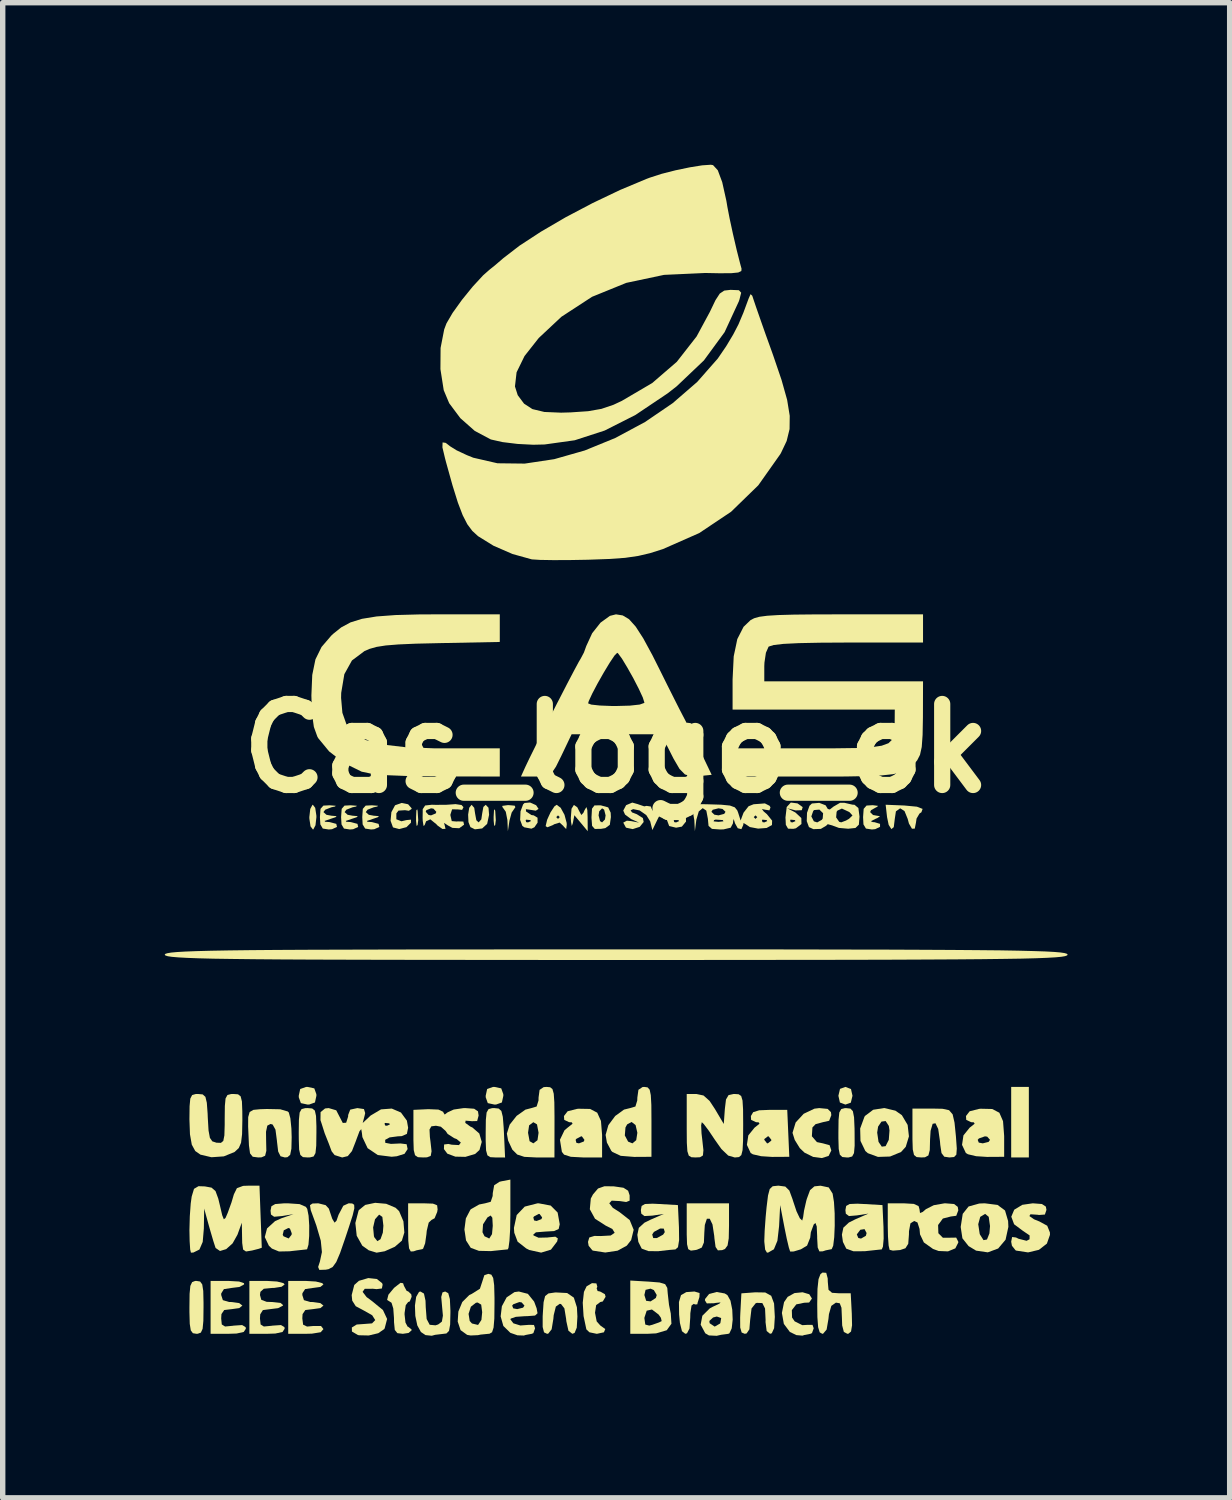
<source format=kicad_pcb>
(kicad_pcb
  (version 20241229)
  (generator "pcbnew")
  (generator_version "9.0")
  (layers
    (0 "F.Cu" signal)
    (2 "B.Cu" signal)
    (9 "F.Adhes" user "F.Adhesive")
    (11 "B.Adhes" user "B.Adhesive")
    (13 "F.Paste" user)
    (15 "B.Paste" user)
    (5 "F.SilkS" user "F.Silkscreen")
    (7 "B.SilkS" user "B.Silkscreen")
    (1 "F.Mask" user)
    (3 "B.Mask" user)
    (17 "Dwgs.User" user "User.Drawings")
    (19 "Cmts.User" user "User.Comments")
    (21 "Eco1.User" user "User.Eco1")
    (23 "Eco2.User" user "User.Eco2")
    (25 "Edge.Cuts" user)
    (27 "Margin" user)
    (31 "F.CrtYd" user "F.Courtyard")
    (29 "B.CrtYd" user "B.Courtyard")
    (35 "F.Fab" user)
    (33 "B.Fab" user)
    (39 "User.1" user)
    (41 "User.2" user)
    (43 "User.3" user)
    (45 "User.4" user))
  (footprint "Cas_logo_ok"
    (layer "F.Cu")
    (at 8.358 10.805)
    (property "Reference" "Cas_logo_ok" (at 0 0 0) (layer "F.SilkS") (effects (font (size 1.5 1.5) (thickness 0.3))))
    (attr board_only exclude_from_pos_files exclude_from_bom)
    (fp_poly (pts (xy -3.676 1.16) (xy -3.665 1.33) (xy -3.677 1.421) (xy -3.695 1.436) (xy -3.705 1.342) (xy -3.705 1.273) (xy -3.699 1.147) (xy -3.684 1.128)) (stroke (width 0) (type solid)) (fill yes) (layer "F.SilkS"))
    (fp_poly (pts (xy -2.239 1.16) (xy -2.229 1.33) (xy -2.24 1.421) (xy -2.258 1.436) (xy -2.268 1.342) (xy -2.269 1.273) (xy -2.262 1.147) (xy -2.248 1.128)) (stroke (width 0) (type solid)) (fill yes) (layer "F.SilkS"))
    (fp_poly (pts (xy 4.347 6.307) (xy 4.375 6.432) (xy 4.344 6.56) (xy 4.244 6.595) (xy 4.142 6.557) (xy 4.114 6.432) (xy 4.144 6.304) (xy 4.244 6.268)) (stroke (width 0) (type solid)) (fill yes) (layer "F.SilkS"))
    (fp_poly (pts (xy 7.64 6.921) (xy 7.64 7.574) (xy 7.476 7.574) (xy 7.313 7.574) (xy 7.313 6.921) (xy 7.313 6.268) (xy 7.476 6.268) (xy 7.64 6.268)) (stroke (width 0) (type solid)) (fill yes) (layer "F.SilkS"))
    (fp_poly (pts (xy -5.589 6.295) (xy -5.551 6.402) (xy -5.55 6.432) (xy -5.577 6.556) (xy -5.683 6.594) (xy -5.713 6.595) (xy -5.838 6.568) (xy -5.876 6.462) (xy -5.877 6.432) (xy -5.85 6.307) (xy -5.743 6.269) (xy -5.713 6.268)) (stroke (width 0) (type solid)) (fill yes) (layer "F.SilkS"))
    (fp_poly (pts (xy -5.572 1.102) (xy -5.551 1.243) (xy -5.55 1.273) (xy -5.567 1.424) (xy -5.607 1.5) (xy -5.615 1.502) (xy -5.659 1.444) (xy -5.68 1.303) (xy -5.681 1.273) (xy -5.664 1.122) (xy -5.624 1.047) (xy -5.615 1.045)) (stroke (width 0) (type solid)) (fill yes) (layer "F.SilkS"))
    (fp_poly (pts (xy -2.128 6.295) (xy -2.09 6.402) (xy -2.089 6.432) (xy -2.116 6.556) (xy -2.223 6.594) (xy -2.253 6.595) (xy -2.377 6.568) (xy -2.415 6.462) (xy -2.416 6.432) (xy -2.389 6.307) (xy -2.283 6.269) (xy -2.253 6.268)) (stroke (width 0) (type solid)) (fill yes) (layer "F.SilkS"))
    (fp_poly (pts (xy -1.879 1.061) (xy -1.866 1.091) (xy -1.871 1.095) (xy -1.935 1.189) (xy -1.976 1.339) (xy -2.005 1.534) (xy -2.014 1.328) (xy -2.044 1.174) (xy -2.104 1.089) (xy -2.106 1.088) (xy -2.109 1.065) (xy -2.007 1.051) (xy -1.992 1.051)) (stroke (width 0) (type solid)) (fill yes) (layer "F.SilkS"))
    (fp_poly (pts (xy -2.175 6.669) (xy -2.126 6.713) (xy -2.099 6.821) (xy -2.083 7.021) (xy -2.078 7.117) (xy -2.057 7.575) (xy -2.236 7.574) (xy -2.33 7.569) (xy -2.384 7.535) (xy -2.409 7.443) (xy -2.416 7.266) (xy -2.416 7.117) (xy -2.413 6.878) (xy -2.399 6.742) (xy -2.363 6.679) (xy -2.297 6.661) (xy -2.258 6.66)) (stroke (width 0) (type solid)) (fill yes) (layer "F.SilkS"))
    (fp_poly (pts (xy -0.72 1.091) (xy -0.686 1.159) (xy -0.645 1.234) (xy -0.607 1.193) (xy -0.585 1.143) (xy -0.551 1.087) (xy -0.534 1.143) (xy -0.529 1.273) (xy -0.527 1.534) (xy -0.65 1.386) (xy -0.774 1.238) (xy -0.803 1.386) (xy -0.822 1.437) (xy -0.836 1.361) (xy -0.84 1.29) (xy -0.827 1.118) (xy -0.783 1.048)) (stroke (width 0) (type solid)) (fill yes) (layer "F.SilkS"))
    (fp_poly (pts (xy 1.544 10.084) (xy 1.541 10.159) (xy 1.507 10.265) (xy 1.502 10.293) (xy 1.46 10.296) (xy 1.437 10.284) (xy 1.395 10.315) (xy 1.373 10.457) (xy 1.371 10.541) (xy 1.357 10.741) (xy 1.311 10.83) (xy 1.279 10.839) (xy 1.218 10.791) (xy 1.18 10.638) (xy 1.165 10.481) (xy 1.162 10.251) (xy 1.2 10.123) (xy 1.298 10.067) (xy 1.449 10.056)) (stroke (width 0) (type solid)) (fill yes) (layer "F.SilkS"))
    (fp_poly (pts (xy -7.703 9.871) (xy -7.664 9.924) (xy -7.645 10.045) (xy -7.64 10.261) (xy -7.64 10.349) (xy -7.643 10.6) (xy -7.657 10.747) (xy -7.689 10.817) (xy -7.747 10.838) (xy -7.77 10.839) (xy -7.837 10.828) (xy -7.876 10.775) (xy -7.895 10.654) (xy -7.901 10.438) (xy -7.901 10.349) (xy -7.898 10.099) (xy -7.884 9.952) (xy -7.851 9.882) (xy -7.794 9.86) (xy -7.77 9.86)) (stroke (width 0) (type solid)) (fill yes) (layer "F.SilkS"))
    (fp_poly (pts (xy -5.628 6.667) (xy -5.579 6.706) (xy -5.557 6.806) (xy -5.55 6.995) (xy -5.55 7.117) (xy -5.553 7.356) (xy -5.567 7.493) (xy -5.602 7.556) (xy -5.67 7.573) (xy -5.713 7.574) (xy -5.799 7.568) (xy -5.847 7.528) (xy -5.87 7.428) (xy -5.876 7.239) (xy -5.877 7.117) (xy -5.874 6.878) (xy -5.86 6.742) (xy -5.825 6.679) (xy -5.757 6.661) (xy -5.713 6.66)) (stroke (width 0) (type solid)) (fill yes) (layer "F.SilkS"))
    (fp_poly (pts (xy -3.392 8.429) (xy -3.315 8.46) (xy -3.306 8.536) (xy -3.314 8.584) (xy -3.362 8.7) (xy -3.419 8.731) (xy -3.471 8.781) (xy -3.507 8.931) (xy -3.513 8.994) (xy -3.537 9.164) (xy -3.574 9.262) (xy -3.59 9.272) (xy -3.695 9.293) (xy -3.749 9.312) (xy -3.803 9.315) (xy -3.835 9.257) (xy -3.849 9.114) (xy -3.852 8.887) (xy -3.852 8.423) (xy -3.568 8.423)) (stroke (width 0) (type solid)) (fill yes) (layer "F.SilkS"))
    (fp_poly (pts (xy -2.364 1.099) (xy -2.353 1.23) (xy -2.387 1.39) (xy -2.39 1.399) (xy -2.481 1.483) (xy -2.616 1.499) (xy -2.699 1.458) (xy -2.735 1.365) (xy -2.741 1.226) (xy -2.721 1.1) (xy -2.677 1.045) (xy -2.677 1.045) (xy -2.628 1.101) (xy -2.612 1.208) (xy -2.589 1.331) (xy -2.547 1.371) (xy -2.497 1.315) (xy -2.481 1.208) (xy -2.459 1.085) (xy -2.416 1.045)) (stroke (width 0) (type solid)) (fill yes) (layer "F.SilkS"))
    (fp_poly (pts (xy 4.338 6.67) (xy 4.382 6.718) (xy 4.404 6.831) (xy 4.413 7.038) (xy 4.414 7.118) (xy 4.415 7.356) (xy 4.403 7.493) (xy 4.369 7.556) (xy 4.303 7.574) (xy 4.267 7.574) (xy 4.187 7.566) (xy 4.141 7.523) (xy 4.12 7.417) (xy 4.114 7.22) (xy 4.114 7.117) (xy 4.117 6.878) (xy 4.131 6.741) (xy 4.167 6.678) (xy 4.233 6.661) (xy 4.261 6.661)) (stroke (width 0) (type solid)) (fill yes) (layer "F.SilkS"))
    (fp_poly (pts (xy 5.335 1.058) (xy 5.568 1.08) (xy 5.673 1.121) (xy 5.651 1.183) (xy 5.615 1.208) (xy 5.561 1.3) (xy 5.55 1.375) (xy 5.528 1.486) (xy 5.476 1.488) (xy 5.42 1.392) (xy 5.397 1.306) (xy 5.338 1.161) (xy 5.258 1.11) (xy 5.179 1.166) (xy 5.158 1.306) (xy 5.139 1.459) (xy 5.095 1.495) (xy 5.045 1.417) (xy 5.015 1.273) (xy 4.989 1.044)) (stroke (width 0) (type solid)) (fill yes) (layer "F.SilkS"))
    (fp_poly (pts (xy -3.852 1.035) (xy -3.788 1.109) (xy -3.787 1.121) (xy -3.838 1.156) (xy -3.91 1.145) (xy -4.031 1.153) (xy -4.07 1.204) (xy -4.07 1.313) (xy -3.976 1.35) (xy -3.882 1.328) (xy -3.799 1.32) (xy -3.8 1.377) (xy -3.883 1.459) (xy -4.018 1.494) (xy -4.13 1.464) (xy -4.133 1.461) (xy -4.177 1.341) (xy -4.162 1.181) (xy -4.095 1.056) (xy -4.089 1.052) (xy -3.973 1.011)) (stroke (width 0) (type solid)) (fill yes) (layer "F.SilkS"))
    (fp_poly (pts (xy -5.193 1.063) (xy -5.205 1.077) (xy -5.273 1.091) (xy -5.387 1.136) (xy -5.42 1.18) (xy -5.364 1.23) (xy -5.273 1.247) (xy -5.176 1.255) (xy -5.196 1.275) (xy -5.289 1.306) (xy -5.399 1.344) (xy -5.388 1.359) (xy -5.305 1.365) (xy -5.182 1.398) (xy -5.169 1.455) (xy -5.261 1.497) (xy -5.322 1.502) (xy -5.432 1.485) (xy -5.477 1.408) (xy -5.485 1.273) (xy -5.474 1.12) (xy -5.421 1.06) (xy -5.305 1.054)) (stroke (width 0) (type solid)) (fill yes) (layer "F.SilkS"))
    (fp_poly (pts (xy -4.801 1.063) (xy -4.814 1.077) (xy -4.881 1.091) (xy -4.996 1.136) (xy -5.028 1.18) (xy -4.972 1.23) (xy -4.881 1.247) (xy -4.784 1.255) (xy -4.804 1.275) (xy -4.897 1.306) (xy -5.007 1.344) (xy -4.996 1.359) (xy -4.913 1.365) (xy -4.79 1.398) (xy -4.777 1.455) (xy -4.869 1.497) (xy -4.93 1.502) (xy -5.04 1.485) (xy -5.085 1.408) (xy -5.093 1.273) (xy -5.082 1.12) (xy -5.03 1.06) (xy -4.913 1.054)) (stroke (width 0) (type solid)) (fill yes) (layer "F.SilkS"))
    (fp_poly (pts (xy -4.41 1.063) (xy -4.422 1.077) (xy -4.489 1.091) (xy -4.604 1.136) (xy -4.636 1.18) (xy -4.58 1.23) (xy -4.489 1.247) (xy -4.392 1.255) (xy -4.413 1.275) (xy -4.505 1.306) (xy -4.615 1.344) (xy -4.605 1.359) (xy -4.522 1.365) (xy -4.399 1.398) (xy -4.385 1.455) (xy -4.478 1.497) (xy -4.538 1.502) (xy -4.648 1.485) (xy -4.694 1.408) (xy -4.701 1.273) (xy -4.691 1.12) (xy -4.638 1.06) (xy -4.522 1.054)) (stroke (width 0) (type solid)) (fill yes) (layer "F.SilkS"))
    (fp_poly (pts (xy -1.028 1.1) (xy -0.957 1.23) (xy -0.917 1.38) (xy -0.915 1.416) (xy -0.926 1.494) (xy -0.97 1.449) (xy -0.978 1.437) (xy -1.047 1.374) (xy -1.147 1.405) (xy -1.173 1.421) (xy -1.273 1.461) (xy -1.306 1.44) (xy -1.279 1.324) (xy -1.256 1.273) (xy -1.11 1.273) (xy -1.077 1.306) (xy -1.045 1.273) (xy -1.077 1.241) (xy -1.11 1.273) (xy -1.256 1.273) (xy -1.215 1.184) (xy -1.143 1.074) (xy -1.102 1.045)) (stroke (width 0) (type solid)) (fill yes) (layer "F.SilkS"))
    (fp_poly (pts (xy 4.849 1.065) (xy 4.825 1.087) (xy 4.816 1.09) (xy 4.719 1.144) (xy 4.701 1.18) (xy 4.755 1.234) (xy 4.816 1.245) (xy 4.885 1.256) (xy 4.838 1.289) (xy 4.799 1.306) (xy 4.715 1.349) (xy 4.749 1.365) (xy 4.783 1.367) (xy 4.885 1.398) (xy 4.885 1.453) (xy 4.796 1.496) (xy 4.734 1.502) (xy 4.624 1.485) (xy 4.578 1.408) (xy 4.571 1.273) (xy 4.582 1.12) (xy 4.635 1.059) (xy 4.75 1.052)) (stroke (width 0) (type solid)) (fill yes) (layer "F.SilkS"))
    (fp_poly (pts (xy -0.366 9.906) (xy -0.349 9.969) (xy -0.362 9.995) (xy -0.344 10.047) (xy -0.298 10.056) (xy -0.209 10.106) (xy -0.196 10.153) (xy -0.248 10.24) (xy -0.294 10.251) (xy -0.371 10.309) (xy -0.392 10.449) (xy -0.361 10.609) (xy -0.294 10.685) (xy -0.202 10.751) (xy -0.227 10.811) (xy -0.356 10.839) (xy -0.361 10.839) (xy -0.495 10.811) (xy -0.552 10.757) (xy -0.604 10.51) (xy -0.619 10.264) (xy -0.597 10.063) (xy -0.548 9.96) (xy -0.448 9.901)) (stroke (width 0) (type solid)) (fill yes) (layer "F.SilkS"))
    (fp_poly (pts (xy 3.575 10.107) (xy 3.624 10.186) (xy 3.572 10.26) (xy 3.481 10.264) (xy 3.335 10.294) (xy 3.252 10.401) (xy 3.256 10.537) (xy 3.304 10.608) (xy 3.446 10.679) (xy 3.533 10.674) (xy 3.635 10.674) (xy 3.657 10.737) (xy 3.625 10.826) (xy 3.597 10.839) (xy 3.484 10.861) (xy 3.449 10.873) (xy 3.335 10.863) (xy 3.215 10.804) (xy 3.104 10.655) (xy 3.068 10.453) (xy 3.108 10.253) (xy 3.175 10.155) (xy 3.301 10.085) (xy 3.451 10.07)) (stroke (width 0) (type solid)) (fill yes) (layer "F.SilkS"))
    (fp_poly (pts (xy 3.915 6.675) (xy 3.976 6.735) (xy 3.983 6.791) (xy 3.943 6.895) (xy 3.827 6.921) (xy 3.691 6.958) (xy 3.633 7.019) (xy 3.623 7.182) (xy 3.717 7.29) (xy 3.827 7.313) (xy 3.951 7.347) (xy 3.983 7.444) (xy 3.933 7.546) (xy 3.808 7.585) (xy 3.647 7.564) (xy 3.487 7.485) (xy 3.4 7.402) (xy 3.306 7.25) (xy 3.265 7.12) (xy 3.265 7.117) (xy 3.323 6.926) (xy 3.472 6.765) (xy 3.67 6.671) (xy 3.759 6.66)) (stroke (width 0) (type solid)) (fill yes) (layer "F.SilkS"))
    (fp_poly (pts (xy -0.278 1.057) (xy -0.148 1.093) (xy -0.102 1.191) (xy -0.098 1.273) (xy -0.118 1.416) (xy -0.202 1.477) (xy -0.278 1.49) (xy -0.396 1.492) (xy -0.446 1.436) (xy -0.457 1.288) (xy -0.457 1.273) (xy -0.455 1.241) (xy -0.326 1.241) (xy -0.299 1.347) (xy -0.261 1.371) (xy -0.208 1.317) (xy -0.196 1.241) (xy -0.223 1.135) (xy -0.261 1.11) (xy -0.314 1.165) (xy -0.326 1.241) (xy -0.455 1.241) (xy -0.448 1.117) (xy -0.402 1.056) (xy -0.289 1.055)) (stroke (width 0) (type solid)) (fill yes) (layer "F.SilkS"))
    (fp_poly (pts (xy 3.357 1.019) (xy 3.453 1.088) (xy 3.436 1.145) (xy 3.321 1.149) (xy 3.314 1.147) (xy 3.167 1.109) (xy 3.316 1.186) (xy 3.428 1.29) (xy 3.43 1.401) (xy 3.327 1.48) (xy 3.28 1.49) (xy 3.182 1.487) (xy 3.141 1.416) (xy 3.137 1.328) (xy 3.221 1.328) (xy 3.23 1.366) (xy 3.265 1.371) (xy 3.319 1.347) (xy 3.308 1.328) (xy 3.231 1.32) (xy 3.221 1.328) (xy 3.137 1.328) (xy 3.134 1.282) (xy 3.157 1.086) (xy 3.233 1.003)) (stroke (width 0) (type solid)) (fill yes) (layer "F.SilkS"))
    (fp_poly (pts (xy 2.089 8.84) (xy 2.084 9.072) (xy 2.062 9.204) (xy 2.014 9.269) (xy 1.962 9.29) (xy 1.883 9.294) (xy 1.84 9.231) (xy 1.819 9.073) (xy 1.815 9.025) (xy 1.783 8.815) (xy 1.732 8.708) (xy 1.679 8.709) (xy 1.641 8.824) (xy 1.632 8.965) (xy 1.624 9.149) (xy 1.585 9.242) (xy 1.496 9.282) (xy 1.469 9.288) (xy 1.383 9.299) (xy 1.334 9.272) (xy 1.312 9.181) (xy 1.306 9) (xy 1.306 8.871) (xy 1.306 8.423) (xy 1.698 8.423) (xy 2.089 8.423)) (stroke (width 0) (type solid)) (fill yes) (layer "F.SilkS"))
    (fp_poly (pts (xy 2.76 10.074) (xy 2.87 10.135) (xy 2.923 10.277) (xy 2.937 10.524) (xy 2.937 10.529) (xy 2.924 10.735) (xy 2.881 10.829) (xy 2.849 10.839) (xy 2.786 10.787) (xy 2.765 10.622) (xy 2.766 10.582) (xy 2.756 10.37) (xy 2.706 10.27) (xy 2.606 10.266) (xy 2.582 10.274) (xy 2.506 10.37) (xy 2.481 10.576) (xy 2.466 10.756) (xy 2.415 10.832) (xy 2.38 10.839) (xy 2.323 10.815) (xy 2.296 10.723) (xy 2.295 10.537) (xy 2.298 10.465) (xy 2.318 10.09) (xy 2.574 10.071)) (stroke (width 0) (type solid)) (fill yes) (layer "F.SilkS"))
    (fp_poly (pts (xy -1.483 1.052) (xy -1.437 1.121) (xy -1.488 1.154) (xy -1.575 1.14) (xy -1.672 1.126) (xy -1.669 1.168) (xy -1.571 1.234) (xy -1.526 1.241) (xy -1.456 1.284) (xy -1.455 1.375) (xy -1.514 1.461) (xy -1.569 1.487) (xy -1.701 1.462) (xy -1.738 1.435) (xy -1.777 1.328) (xy -1.676 1.328) (xy -1.667 1.366) (xy -1.632 1.371) (xy -1.579 1.347) (xy -1.589 1.328) (xy -1.666 1.32) (xy -1.676 1.328) (xy -1.777 1.328) (xy -1.778 1.323) (xy -1.771 1.166) (xy -1.723 1.037) (xy -1.696 1.011) (xy -1.594 1.003)) (stroke (width 0) (type solid)) (fill yes) (layer "F.SilkS"))
    (fp_poly (pts (xy -0.908 10.084) (xy -0.784 10.169) (xy -0.727 10.348) (xy -0.718 10.521) (xy -0.73 10.726) (xy -0.77 10.823) (xy -0.812 10.839) (xy -0.884 10.782) (xy -0.923 10.605) (xy -0.927 10.562) (xy -0.959 10.368) (xy -1.021 10.288) (xy -1.045 10.284) (xy -1.117 10.335) (xy -1.157 10.495) (xy -1.163 10.562) (xy -1.195 10.756) (xy -1.258 10.836) (xy -1.28 10.839) (xy -1.336 10.812) (xy -1.361 10.713) (xy -1.361 10.517) (xy -1.358 10.465) (xy -1.344 10.254) (xy -1.316 10.141) (xy -1.255 10.092) (xy -1.14 10.075) (xy -1.117 10.073)) (stroke (width 0) (type solid)) (fill yes) (layer "F.SilkS"))
    (fp_poly (pts (xy 5.17 6.708) (xy 5.289 6.791) (xy 5.396 6.972) (xy 5.42 7.184) (xy 5.361 7.377) (xy 5.274 7.473) (xy 5.07 7.557) (xy 4.847 7.564) (xy 4.659 7.495) (xy 4.613 7.455) (xy 4.523 7.268) (xy 4.519 7.113) (xy 4.832 7.113) (xy 4.857 7.285) (xy 4.917 7.374) (xy 4.988 7.365) (xy 5.047 7.248) (xy 5.06 7.074) (xy 5.048 6.991) (xy 4.989 6.9) (xy 4.912 6.91) (xy 4.849 7.003) (xy 4.832 7.113) (xy 4.519 7.113) (xy 4.517 7.038) (xy 4.596 6.822) (xy 4.607 6.805) (xy 4.758 6.691) (xy 4.963 6.659)) (stroke (width 0) (type solid)) (fill yes) (layer "F.SilkS"))
    (fp_poly (pts (xy 7.061 8.453) (xy 7.199 8.556) (xy 7.256 8.751) (xy 7.261 8.859) (xy 7.209 9.097) (xy 7.072 9.26) (xy 6.88 9.331) (xy 6.663 9.299) (xy 6.524 9.215) (xy 6.41 9.071) (xy 6.379 8.867) (xy 6.379 8.854) (xy 6.386 8.81) (xy 6.703 8.81) (xy 6.73 8.988) (xy 6.735 9.001) (xy 6.801 9.105) (xy 6.865 9.093) (xy 6.91 8.98) (xy 6.921 8.844) (xy 6.897 8.673) (xy 6.831 8.619) (xy 6.74 8.674) (xy 6.703 8.81) (xy 6.386 8.81) (xy 6.416 8.618) (xy 6.524 8.482) (xy 6.722 8.427) (xy 6.823 8.423)) (stroke (width 0) (type solid)) (fill yes) (layer "F.SilkS"))
    (fp_poly (pts (xy -4.887 8.426) (xy -4.851 8.45) (xy -4.848 8.516) (xy -4.879 8.647) (xy -4.949 8.865) (xy -5.019 9.076) (xy -5.112 9.344) (xy -5.183 9.511) (xy -5.249 9.602) (xy -5.325 9.642) (xy -5.377 9.652) (xy -5.496 9.656) (xy -5.518 9.602) (xy -5.485 9.5) (xy -5.448 9.326) (xy -5.469 9.115) (xy -5.551 8.835) (xy -5.588 8.732) (xy -5.655 8.549) (xy -5.669 8.458) (xy -5.624 8.427) (xy -5.515 8.423) (xy -5.379 8.457) (xy -5.32 8.521) (xy -5.257 8.709) (xy -5.214 8.781) (xy -5.178 8.745) (xy -5.14 8.635) (xy -5.052 8.468) (xy -4.953 8.423)) (stroke (width 0) (type solid)) (fill yes) (layer "F.SilkS"))
    (fp_poly (pts (xy -3.945 9.903) (xy -3.929 9.952) (xy -3.88 10.043) (xy -3.848 10.056) (xy -3.794 10.108) (xy -3.787 10.153) (xy -3.822 10.24) (xy -3.852 10.251) (xy -3.896 10.309) (xy -3.917 10.45) (xy -3.918 10.48) (xy -3.901 10.631) (xy -3.861 10.707) (xy -3.852 10.708) (xy -3.789 10.758) (xy -3.787 10.774) (xy -3.843 10.823) (xy -3.95 10.839) (xy -4.051 10.827) (xy -4.099 10.767) (xy -4.113 10.624) (xy -4.114 10.545) (xy -4.127 10.37) (xy -4.159 10.265) (xy -4.179 10.251) (xy -4.241 10.212) (xy -4.217 10.115) (xy -4.114 9.991) (xy -4.097 9.976) (xy -3.992 9.895)) (stroke (width 0) (type solid)) (fill yes) (layer "F.SilkS"))
    (fp_poly (pts (xy 3.186 7.127) (xy 3.205 7.562) (xy 2.885 7.564) (xy 2.683 7.551) (xy 2.531 7.516) (xy 2.49 7.492) (xy 2.42 7.341) (xy 2.434 7.248) (xy 2.742 7.248) (xy 2.792 7.311) (xy 2.808 7.313) (xy 2.871 7.263) (xy 2.873 7.248) (xy 2.823 7.184) (xy 2.808 7.183) (xy 2.744 7.232) (xy 2.742 7.248) (xy 2.434 7.248) (xy 2.446 7.166) (xy 2.561 7.023) (xy 2.561 7.023) (xy 2.653 6.95) (xy 2.639 6.924) (xy 2.589 6.921) (xy 2.498 6.878) (xy 2.494 6.807) (xy 2.536 6.736) (xy 2.647 6.701) (xy 2.841 6.693) (xy 3.167 6.693)) (stroke (width 0) (type solid)) (fill yes) (layer "F.SilkS"))
    (fp_poly (pts (xy -4.258 8.432) (xy -4.085 8.505) (xy -4.019 8.568) (xy -3.939 8.757) (xy -3.922 8.964) (xy -3.968 9.115) (xy -4.097 9.227) (xy -4.286 9.311) (xy -4.436 9.337) (xy -4.581 9.293) (xy -4.701 9.207) (xy -4.804 9.023) (xy -4.82 8.87) (xy -4.5 8.87) (xy -4.485 9.032) (xy -4.478 9.052) (xy -4.421 9.124) (xy -4.363 9.087) (xy -4.32 8.966) (xy -4.31 8.838) (xy -4.329 8.675) (xy -4.386 8.634) (xy -4.391 8.635) (xy -4.465 8.718) (xy -4.5 8.87) (xy -4.82 8.87) (xy -4.829 8.788) (xy -4.77 8.561) (xy -4.764 8.549) (xy -4.647 8.453) (xy -4.462 8.414)) (stroke (width 0) (type solid)) (fill yes) (layer "F.SilkS"))
    (fp_poly (pts (xy -3.109 10.087) (xy -3.079 10.196) (xy -3.069 10.409) (xy -3.069 10.447) (xy -3.074 10.667) (xy -3.095 10.785) (xy -3.143 10.833) (xy -3.194 10.839) (xy -3.352 10.858) (xy -3.414 10.875) (xy -3.53 10.863) (xy -3.615 10.806) (xy -3.682 10.684) (xy -3.719 10.507) (xy -3.726 10.316) (xy -3.703 10.155) (xy -3.65 10.063) (xy -3.624 10.056) (xy -3.559 10.094) (xy -3.53 10.227) (xy -3.526 10.346) (xy -3.509 10.565) (xy -3.453 10.672) (xy -3.345 10.682) (xy -3.296 10.666) (xy -3.227 10.613) (xy -3.208 10.503) (xy -3.223 10.339) (xy -3.239 10.157) (xy -3.216 10.073) (xy -3.166 10.056)) (stroke (width 0) (type solid)) (fill yes) (layer "F.SilkS"))
    (fp_poly (pts (xy 6.043 6.673) (xy 6.163 6.699) (xy 6.229 6.776) (xy 6.264 6.929) (xy 6.29 7.184) (xy 6.291 7.199) (xy 6.306 7.41) (xy 6.298 7.522) (xy 6.256 7.566) (xy 6.169 7.574) (xy 6.169 7.574) (xy 6.074 7.56) (xy 6.023 7.493) (xy 6 7.34) (xy 5.994 7.269) (xy 5.962 7.047) (xy 5.911 6.941) (xy 5.859 6.951) (xy 5.821 7.08) (xy 5.811 7.242) (xy 5.806 7.438) (xy 5.78 7.537) (xy 5.717 7.571) (xy 5.648 7.574) (xy 5.562 7.567) (xy 5.514 7.528) (xy 5.491 7.427) (xy 5.485 7.236) (xy 5.485 7.122) (xy 5.485 6.669) (xy 5.848 6.669)) (stroke (width 0) (type solid)) (fill yes) (layer "F.SilkS"))
    (fp_poly (pts (xy -4.431 9.824) (xy -4.333 9.902) (xy -4.324 9.93) (xy -4.338 10) (xy -4.438 10.012) (xy -4.503 10.005) (xy -4.655 10.006) (xy -4.695 10.062) (xy -4.621 10.159) (xy -4.522 10.232) (xy -4.318 10.399) (xy -4.241 10.564) (xy -4.286 10.737) (xy -4.295 10.752) (xy -4.405 10.828) (xy -4.581 10.87) (xy -4.761 10.866) (xy -4.783 10.861) (xy -4.892 10.797) (xy -4.894 10.722) (xy -4.804 10.667) (xy -4.692 10.659) (xy -4.52 10.646) (xy -4.461 10.585) (xy -4.517 10.496) (xy -4.663 10.413) (xy -4.822 10.328) (xy -4.887 10.225) (xy -4.897 10.122) (xy -4.849 9.935) (xy -4.763 9.858) (xy -4.59 9.807)) (stroke (width 0) (type solid)) (fill yes) (layer "F.SilkS"))
    (fp_poly (pts (xy -0.483 6.676) (xy -0.351 6.745) (xy -0.282 6.898) (xy -0.261 7.157) (xy -0.261 7.191) (xy -0.261 7.574) (xy -0.613 7.574) (xy -0.84 7.562) (xy -0.965 7.522) (xy -1.005 7.471) (xy -1.041 7.248) (xy -0.751 7.248) (xy -0.736 7.304) (xy -0.689 7.313) (xy -0.6 7.279) (xy -0.588 7.248) (xy -0.635 7.184) (xy -0.649 7.183) (xy -0.738 7.23) (xy -0.751 7.248) (xy -1.041 7.248) (xy -1.041 7.246) (xy -0.957 7.071) (xy -0.9 7.023) (xy -0.808 6.95) (xy -0.821 6.924) (xy -0.872 6.921) (xy -0.962 6.878) (xy -0.967 6.807) (xy -0.899 6.719) (xy -0.726 6.675) (xy -0.697 6.672)) (stroke (width 0) (type solid)) (fill yes) (layer "F.SilkS"))
    (fp_poly (pts (xy 7.882 8.436) (xy 7.955 8.484) (xy 7.966 8.545) (xy 7.937 8.631) (xy 7.828 8.639) (xy 7.803 8.635) (xy 7.67 8.626) (xy 7.65 8.659) (xy 7.736 8.719) (xy 7.835 8.759) (xy 7.98 8.838) (xy 8.03 8.962) (xy 8.031 9.007) (xy 7.974 9.169) (xy 7.827 9.284) (xy 7.626 9.332) (xy 7.409 9.299) (xy 7.395 9.294) (xy 7.327 9.209) (xy 7.313 9.134) (xy 7.33 9.047) (xy 7.403 9.056) (xy 7.451 9.08) (xy 7.598 9.117) (xy 7.653 9.089) (xy 7.654 9.017) (xy 7.533 8.935) (xy 7.367 8.811) (xy 7.315 8.671) (xy 7.369 8.542) (xy 7.519 8.451) (xy 7.713 8.423)) (stroke (width 0) (type solid)) (fill yes) (layer "F.SilkS"))
    (fp_poly (pts (xy -5.56 9.871) (xy -5.442 9.901) (xy -5.42 9.925) (xy -5.476 9.971) (xy -5.613 9.99) (xy -5.615 9.99) (xy -5.759 10.011) (xy -5.809 10.087) (xy -5.811 10.121) (xy -5.781 10.216) (xy -5.666 10.25) (xy -5.615 10.251) (xy -5.478 10.27) (xy -5.42 10.316) (xy -5.42 10.317) (xy -5.476 10.363) (xy -5.613 10.382) (xy -5.615 10.382) (xy -5.755 10.399) (xy -5.806 10.474) (xy -5.811 10.553) (xy -5.796 10.67) (xy -5.723 10.705) (xy -5.615 10.695) (xy -5.464 10.695) (xy -5.42 10.752) (xy -5.471 10.81) (xy -5.632 10.836) (xy -5.746 10.839) (xy -6.072 10.839) (xy -6.072 10.349) (xy -6.072 9.86) (xy -5.746 9.86)) (stroke (width 0) (type solid)) (fill yes) (layer "F.SilkS"))
    (fp_poly (pts (xy 3.889 9.71) (xy 3.916 9.813) (xy 3.918 9.879) (xy 3.931 10.024) (xy 3.996 10.08) (xy 4.13 10.089) (xy 4.342 10.088) (xy 4.362 10.464) (xy 4.367 10.681) (xy 4.348 10.797) (xy 4.3 10.837) (xy 4.28 10.839) (xy 4.215 10.804) (xy 4.184 10.684) (xy 4.179 10.54) (xy 4.171 10.357) (xy 4.139 10.274) (xy 4.07 10.262) (xy 4.065 10.264) (xy 3.983 10.322) (xy 3.939 10.475) (xy 3.93 10.562) (xy 3.896 10.76) (xy 3.831 10.837) (xy 3.816 10.839) (xy 3.768 10.812) (xy 3.739 10.717) (xy 3.725 10.531) (xy 3.722 10.291) (xy 3.727 10.006) (xy 3.746 9.828) (xy 3.782 9.734) (xy 3.82 9.705)) (stroke (width 0) (type solid)) (fill yes) (layer "F.SilkS"))
    (fp_poly (pts (xy 6.962 6.677) (xy 7.094 6.746) (xy 7.162 6.902) (xy 7.182 7.163) (xy 7.183 7.184) (xy 7.183 7.562) (xy 6.865 7.564) (xy 6.664 7.551) (xy 6.513 7.515) (xy 6.474 7.492) (xy 6.403 7.341) (xy 6.417 7.248) (xy 6.693 7.248) (xy 6.713 7.299) (xy 6.787 7.313) (xy 6.895 7.286) (xy 6.921 7.248) (xy 6.869 7.189) (xy 6.827 7.183) (xy 6.716 7.222) (xy 6.693 7.248) (xy 6.417 7.248) (xy 6.429 7.166) (xy 6.544 7.023) (xy 6.544 7.023) (xy 6.636 6.95) (xy 6.622 6.924) (xy 6.572 6.921) (xy 6.481 6.878) (xy 6.476 6.807) (xy 6.544 6.719) (xy 6.718 6.675) (xy 6.747 6.672)) (stroke (width 0) (type solid)) (fill yes) (layer "F.SilkS"))
    (fp_poly (pts (xy -6.982 9.871) (xy -6.89 9.902) (xy -6.889 9.925) (xy -6.977 9.972) (xy -7.121 9.99) (xy -7.263 10.012) (xy -7.312 10.091) (xy -7.313 10.121) (xy -7.282 10.216) (xy -7.168 10.25) (xy -7.117 10.251) (xy -6.98 10.27) (xy -6.921 10.316) (xy -6.921 10.317) (xy -6.978 10.363) (xy -7.115 10.382) (xy -7.117 10.382) (xy -7.257 10.399) (xy -7.308 10.474) (xy -7.313 10.554) (xy -7.302 10.666) (xy -7.241 10.704) (xy -7.094 10.69) (xy -7.085 10.688) (xy -6.925 10.677) (xy -6.861 10.715) (xy -6.856 10.745) (xy -6.896 10.805) (xy -7.028 10.834) (xy -7.183 10.839) (xy -7.509 10.839) (xy -7.509 10.349) (xy -7.509 9.86) (xy -7.179 9.86)) (stroke (width 0) (type solid)) (fill yes) (layer "F.SilkS"))
    (fp_poly (pts (xy -6.278 9.871) (xy -6.16 9.901) (xy -6.138 9.925) (xy -6.195 9.968) (xy -6.336 9.99) (xy -6.366 9.99) (xy -6.524 10.005) (xy -6.587 10.062) (xy -6.595 10.121) (xy -6.57 10.21) (xy -6.471 10.247) (xy -6.362 10.251) (xy -6.214 10.267) (xy -6.167 10.308) (xy -6.17 10.317) (xy -6.259 10.364) (xy -6.403 10.382) (xy -6.541 10.4) (xy -6.59 10.478) (xy -6.595 10.554) (xy -6.583 10.666) (xy -6.523 10.704) (xy -6.375 10.69) (xy -6.366 10.688) (xy -6.206 10.677) (xy -6.142 10.715) (xy -6.138 10.745) (xy -6.177 10.805) (xy -6.31 10.834) (xy -6.464 10.839) (xy -6.791 10.839) (xy -6.791 10.349) (xy -6.791 9.86) (xy -6.464 9.86)) (stroke (width 0) (type solid)) (fill yes) (layer "F.SilkS"))
    (fp_poly (pts (xy -6.22 6.682) (xy -6.08 6.723) (xy -6.061 6.742) (xy -6.032 6.849) (xy -6.013 7.038) (xy -6.008 7.199) (xy -6.013 7.412) (xy -6.036 7.526) (xy -6.086 7.569) (xy -6.134 7.574) (xy -6.214 7.552) (xy -6.258 7.464) (xy -6.28 7.279) (xy -6.281 7.264) (xy -6.308 7.059) (xy -6.36 6.965) (xy -6.399 6.954) (xy -6.459 6.985) (xy -6.483 7.098) (xy -6.481 7.264) (xy -6.477 7.451) (xy -6.5 7.543) (xy -6.567 7.572) (xy -6.628 7.574) (xy -6.729 7.561) (xy -6.779 7.498) (xy -6.799 7.35) (xy -6.802 7.28) (xy -6.814 7.001) (xy -6.813 6.827) (xy -6.786 6.733) (xy -6.717 6.693) (xy -6.594 6.681) (xy -6.468 6.677)) (stroke (width 0) (type solid)) (fill yes) (layer "F.SilkS"))
    (fp_poly (pts (xy -0.045 8.109) (xy 0.135 8.135) (xy 0.221 8.19) (xy 0.249 8.275) (xy 0.249 8.374) (xy 0.185 8.399) (xy 0.07 8.382) (xy -0.083 8.374) (xy -0.128 8.422) (xy -0.062 8.507) (xy 0.057 8.582) (xy 0.25 8.733) (xy 0.324 8.913) (xy 0.277 9.104) (xy 0.196 9.207) (xy 0.026 9.3) (xy -0.202 9.334) (xy -0.424 9.3) (xy -0.441 9.294) (xy -0.51 9.209) (xy -0.522 9.138) (xy -0.498 9.056) (xy -0.404 9.027) (xy -0.285 9.029) (xy -0.102 9.019) (xy -0.028 8.969) (xy -0.071 8.898) (xy -0.194 8.836) (xy -0.392 8.709) (xy -0.488 8.533) (xy -0.47 8.335) (xy -0.43 8.259) (xy -0.336 8.149) (xy -0.217 8.107)) (stroke (width 0) (type solid)) (fill yes) (layer "F.SilkS"))
    (fp_poly (pts (xy -1.223 6.274) (xy -1.18 6.308) (xy -1.156 6.394) (xy -1.145 6.555) (xy -1.142 6.815) (xy -1.142 6.921) (xy -1.143 7.574) (xy -1.482 7.574) (xy -1.7 7.563) (xy -1.832 7.52) (xy -1.922 7.43) (xy -1.923 7.429) (xy -2.001 7.261) (xy -2.024 7.132) (xy -2.019 7.117) (xy -1.632 7.117) (xy -1.603 7.273) (xy -1.534 7.313) (xy -1.457 7.255) (xy -1.437 7.117) (xy -1.466 6.962) (xy -1.534 6.921) (xy -1.612 6.98) (xy -1.632 7.117) (xy -2.019 7.117) (xy -1.972 6.967) (xy -1.843 6.804) (xy -1.681 6.689) (xy -1.57 6.66) (xy -1.473 6.631) (xy -1.438 6.519) (xy -1.437 6.464) (xy -1.418 6.323) (xy -1.343 6.272) (xy -1.289 6.268)) (stroke (width 0) (type solid)) (fill yes) (layer "F.SilkS"))
    (fp_poly (pts (xy 0.582 6.277) (xy 0.62 6.32) (xy 0.641 6.421) (xy 0.651 6.603) (xy 0.653 6.89) (xy 0.653 6.915) (xy 0.653 7.562) (xy 0.333 7.564) (xy 0.084 7.544) (xy -0.069 7.473) (xy -0.091 7.451) (xy -0.172 7.298) (xy -0.194 7.167) (xy 0.16 7.167) (xy 0.221 7.281) (xy 0.301 7.313) (xy 0.371 7.254) (xy 0.392 7.117) (xy 0.359 6.974) (xy 0.285 6.917) (xy 0.203 6.962) (xy 0.172 7.019) (xy 0.16 7.167) (xy -0.194 7.167) (xy -0.196 7.158) (xy -0.145 6.977) (xy -0.018 6.806) (xy 0.145 6.688) (xy 0.258 6.66) (xy 0.356 6.631) (xy 0.39 6.519) (xy 0.392 6.464) (xy 0.412 6.321) (xy 0.489 6.27) (xy 0.522 6.268)) (stroke (width 0) (type solid)) (fill yes) (layer "F.SilkS"))
    (fp_poly (pts (xy 4.587 8.436) (xy 4.93 8.456) (xy 4.949 8.864) (xy 4.952 9.076) (xy 4.939 9.225) (xy 4.917 9.276) (xy 4.823 9.286) (xy 4.656 9.304) (xy 4.602 9.31) (xy 4.393 9.311) (xy 4.263 9.264) (xy 4.259 9.261) (xy 4.198 9.138) (xy 4.179 9.005) (xy 4.18 8.999) (xy 4.455 8.999) (xy 4.483 9.065) (xy 4.533 9.076) (xy 4.623 9.024) (xy 4.636 8.973) (xy 4.598 8.901) (xy 4.52 8.913) (xy 4.455 8.999) (xy 4.18 8.999) (xy 4.206 8.874) (xy 4.308 8.779) (xy 4.424 8.721) (xy 4.669 8.614) (xy 4.456 8.647) (xy 4.31 8.659) (xy 4.252 8.616) (xy 4.244 8.549) (xy 4.258 8.472) (xy 4.321 8.436) (xy 4.464 8.43)) (stroke (width 0) (type solid)) (fill yes) (layer "F.SilkS"))
    (fp_poly (pts (xy -1.959 8.628) (xy -1.963 8.901) (xy -1.976 9.117) (xy -1.994 9.249) (xy -2.008 9.276) (xy -2.099 9.285) (xy -2.265 9.302) (xy -2.318 9.308) (xy -2.542 9.303) (xy -2.693 9.247) (xy -2.78 9.11) (xy -2.802 8.959) (xy -2.475 8.959) (xy -2.438 9.033) (xy -2.35 9.075) (xy -2.299 8.994) (xy -2.285 8.84) (xy -2.293 8.69) (xy -2.324 8.649) (xy -2.383 8.684) (xy -2.465 8.812) (xy -2.475 8.959) (xy -2.802 8.959) (xy -2.81 8.909) (xy -2.783 8.702) (xy -2.7 8.543) (xy -2.688 8.531) (xy -2.537 8.445) (xy -2.427 8.423) (xy -2.323 8.395) (xy -2.287 8.288) (xy -2.285 8.235) (xy -2.259 8.089) (xy -2.16 8.024) (xy -2.122 8.015) (xy -1.959 7.984)) (stroke (width 0) (type solid)) (fill yes) (layer "F.SilkS"))
    (fp_poly (pts (xy 0.8 8.436) (xy 1.143 8.456) (xy 1.162 8.864) (xy 1.165 9.105) (xy 1.144 9.236) (xy 1.097 9.277) (xy 0.977 9.287) (xy 0.8 9.307) (xy 0.781 9.31) (xy 0.598 9.308) (xy 0.475 9.263) (xy 0.471 9.259) (xy 0.41 9.137) (xy 0.392 9.007) (xy 0.393 9.001) (xy 0.667 9.001) (xy 0.686 9.066) (xy 0.754 9.066) (xy 0.869 9.003) (xy 0.9 8.956) (xy 0.881 8.891) (xy 0.813 8.89) (xy 0.698 8.953) (xy 0.667 9.001) (xy 0.393 9.001) (xy 0.419 8.877) (xy 0.523 8.782) (xy 0.637 8.726) (xy 0.881 8.62) (xy 0.669 8.651) (xy 0.523 8.659) (xy 0.465 8.615) (xy 0.457 8.549) (xy 0.471 8.472) (xy 0.533 8.436) (xy 0.677 8.43)) (stroke (width 0) (type solid)) (fill yes) (layer "F.SilkS"))
    (fp_poly (pts (xy 2.01 10.092) (xy 2.06 10.124) (xy 2.116 10.226) (xy 2.149 10.392) (xy 2.157 10.577) (xy 2.139 10.738) (xy 2.096 10.831) (xy 2.073 10.84) (xy 1.944 10.857) (xy 1.861 10.876) (xy 1.717 10.869) (xy 1.649 10.829) (xy 1.564 10.67) (xy 1.577 10.601) (xy 1.725 10.601) (xy 1.73 10.643) (xy 1.824 10.706) (xy 1.921 10.65) (xy 1.929 10.639) (xy 1.944 10.547) (xy 1.863 10.519) (xy 1.794 10.537) (xy 1.725 10.601) (xy 1.577 10.601) (xy 1.595 10.505) (xy 1.733 10.368) (xy 1.779 10.343) (xy 1.913 10.279) (xy 1.933 10.258) (xy 1.843 10.267) (xy 1.809 10.273) (xy 1.678 10.276) (xy 1.643 10.22) (xy 1.646 10.194) (xy 1.72 10.102) (xy 1.86 10.065)) (stroke (width 0) (type solid)) (fill yes) (layer "F.SilkS"))
    (fp_poly (pts (xy -2.311 9.744) (xy -2.277 9.806) (xy -2.259 9.94) (xy -2.253 10.17) (xy -2.253 10.284) (xy -2.256 10.557) (xy -2.27 10.724) (xy -2.298 10.81) (xy -2.346 10.838) (xy -2.362 10.839) (xy -2.512 10.854) (xy -2.558 10.864) (xy -2.695 10.87) (xy -2.759 10.859) (xy -2.881 10.771) (xy -2.934 10.613) (xy -2.925 10.47) (xy -2.733 10.47) (xy -2.712 10.601) (xy -2.67 10.648) (xy -2.557 10.675) (xy -2.495 10.582) (xy -2.481 10.439) (xy -2.499 10.299) (xy -2.564 10.26) (xy -2.596 10.264) (xy -2.69 10.337) (xy -2.733 10.47) (xy -2.925 10.47) (xy -2.922 10.427) (xy -2.849 10.25) (xy -2.72 10.122) (xy -2.674 10.1) (xy -2.523 10.005) (xy -2.481 9.878) (xy -2.441 9.754) (xy -2.367 9.729)) (stroke (width 0) (type solid)) (fill yes) (layer "F.SilkS"))
    (fp_poly (pts (xy -1.212 8.465) (xy -1.084 8.594) (xy -1.045 8.811) (xy -1.065 8.898) (xy -1.149 8.937) (xy -1.31 8.946) (xy -1.486 8.96) (xy -1.536 9.004) (xy -1.53 9.018) (xy -1.437 9.06) (xy -1.27 9.056) (xy -1.269 9.055) (xy -1.126 9.041) (xy -1.08 9.073) (xy -1.093 9.13) (xy -1.208 9.281) (xy -1.389 9.336) (xy -1.607 9.288) (xy -1.665 9.259) (xy -1.825 9.133) (xy -1.887 8.968) (xy -1.893 8.878) (xy -1.851 8.684) (xy -1.534 8.684) (xy -1.52 8.74) (xy -1.473 8.75) (xy -1.384 8.716) (xy -1.371 8.684) (xy -1.418 8.621) (xy -1.433 8.619) (xy -1.521 8.666) (xy -1.534 8.684) (xy -1.851 8.684) (xy -1.842 8.64) (xy -1.693 8.484) (xy -1.459 8.424) (xy -1.435 8.423)) (stroke (width 0) (type solid)) (fill yes) (layer "F.SilkS"))
    (fp_poly (pts (xy -5.861 8.438) (xy -5.746 8.488) (xy -5.72 8.526) (xy -5.695 8.653) (xy -5.683 8.835) (xy -5.684 9.028) (xy -5.697 9.188) (xy -5.722 9.272) (xy -5.73 9.276) (xy -5.821 9.286) (xy -5.987 9.304) (xy -6.044 9.311) (xy -6.243 9.315) (xy -6.374 9.261) (xy -6.43 9.208) (xy -6.506 9.048) (xy -6.495 9.007) (xy -6.174 9.007) (xy -6.158 9.034) (xy -6.063 9.074) (xy -6.009 9.004) (xy -6.007 8.978) (xy -6.04 8.891) (xy -6.069 8.88) (xy -6.154 8.923) (xy -6.174 9.007) (xy -6.495 9.007) (xy -6.464 8.888) (xy -6.316 8.753) (xy -6.193 8.698) (xy -5.975 8.624) (xy -6.187 8.659) (xy -6.333 8.672) (xy -6.391 8.631) (xy -6.399 8.559) (xy -6.383 8.477) (xy -6.313 8.437) (xy -6.156 8.424) (xy -6.079 8.423)) (stroke (width 0) (type solid)) (fill yes) (layer "F.SilkS"))
    (fp_poly (pts (xy -1.635 10.099) (xy -1.519 10.243) (xy -1.473 10.366) (xy -1.456 10.459) (xy -1.502 10.501) (xy -1.642 10.512) (xy -1.693 10.513) (xy -1.858 10.525) (xy -1.951 10.557) (xy -1.959 10.571) (xy -1.903 10.645) (xy -1.774 10.685) (xy -1.626 10.674) (xy -1.623 10.673) (xy -1.522 10.675) (xy -1.502 10.737) (xy -1.533 10.826) (xy -1.562 10.839) (xy -1.674 10.86) (xy -1.709 10.871) (xy -1.827 10.867) (xy -1.959 10.821) (xy -2.089 10.694) (xy -2.139 10.517) (xy -2.116 10.327) (xy -2.11 10.317) (xy -1.926 10.317) (xy -1.906 10.368) (xy -1.832 10.382) (xy -1.724 10.355) (xy -1.698 10.317) (xy -1.75 10.258) (xy -1.792 10.251) (xy -1.903 10.291) (xy -1.926 10.317) (xy -2.11 10.317) (xy -2.028 10.164) (xy -1.883 10.067) (xy -1.802 10.056)) (stroke (width 0) (type solid)) (fill yes) (layer "F.SilkS"))
    (fp_poly (pts (xy 0.604 9.873) (xy 0.804 9.889) (xy 0.906 9.92) (xy 0.946 9.989) (xy 0.954 10.088) (xy 0.978 10.303) (xy 1.011 10.464) (xy 1.023 10.653) (xy 0.936 10.773) (xy 0.739 10.831) (xy 0.58 10.839) (xy 0.261 10.839) (xy 0.261 10.55) (xy 0.522 10.55) (xy 0.539 10.668) (xy 0.612 10.687) (xy 0.669 10.672) (xy 0.794 10.628) (xy 0.842 10.604) (xy 0.828 10.543) (xy 0.785 10.482) (xy 0.662 10.389) (xy 0.565 10.411) (xy 0.523 10.539) (xy 0.522 10.55) (xy 0.261 10.55) (xy 0.261 10.346) (xy 0.261 10.121) (xy 0.522 10.121) (xy 0.555 10.228) (xy 0.637 10.239) (xy 0.734 10.175) (xy 0.751 10.121) (xy 0.697 10.029) (xy 0.637 10.003) (xy 0.544 10.025) (xy 0.522 10.121) (xy 0.261 10.121) (xy 0.261 9.853)) (stroke (width 0) (type solid)) (fill yes) (layer "F.SilkS"))
    (fp_poly (pts (xy -7.001 6.405) (xy -6.953 6.442) (xy -6.929 6.537) (xy -6.922 6.719) (xy -6.921 6.885) (xy -6.926 7.142) (xy -6.945 7.302) (xy -6.987 7.4) (xy -7.061 7.469) (xy -7.066 7.473) (xy -7.264 7.554) (xy -7.493 7.57) (xy -7.697 7.522) (xy -7.793 7.455) (xy -7.857 7.338) (xy -7.891 7.146) (xy -7.901 6.867) (xy -7.898 6.625) (xy -7.885 6.485) (xy -7.851 6.419) (xy -7.786 6.4) (xy -7.741 6.399) (xy -7.655 6.407) (xy -7.605 6.452) (xy -7.579 6.561) (xy -7.564 6.764) (xy -7.561 6.84) (xy -7.547 7.076) (xy -7.522 7.211) (xy -7.477 7.276) (xy -7.4 7.301) (xy -7.395 7.301) (xy -7.318 7.304) (xy -7.274 7.268) (xy -7.254 7.166) (xy -7.248 6.972) (xy -7.248 6.861) (xy -7.245 6.62) (xy -7.232 6.482) (xy -7.197 6.418) (xy -7.13 6.4) (xy -7.085 6.399)) (stroke (width 0) (type solid)) (fill yes) (layer "F.SilkS"))
    (fp_poly (pts (xy 2.267 6.404) (xy 2.314 6.436) (xy 2.339 6.52) (xy 2.349 6.682) (xy 2.351 6.945) (xy 2.351 6.987) (xy 2.349 7.265) (xy 2.34 7.438) (xy 2.317 7.53) (xy 2.274 7.567) (xy 2.203 7.574) (xy 2.194 7.574) (xy 2.074 7.539) (xy 1.948 7.418) (xy 1.828 7.248) (xy 1.711 7.074) (xy 1.622 6.956) (xy 1.585 6.921) (xy 1.573 6.979) (xy 1.58 7.128) (xy 1.594 7.248) (xy 1.615 7.44) (xy 1.606 7.537) (xy 1.552 7.57) (xy 1.471 7.574) (xy 1.393 7.57) (xy 1.344 7.54) (xy 1.318 7.459) (xy 1.308 7.302) (xy 1.306 7.044) (xy 1.306 6.987) (xy 1.306 6.399) (xy 1.485 6.399) (xy 1.617 6.427) (xy 1.729 6.527) (xy 1.828 6.677) (xy 1.992 6.954) (xy 2.012 6.676) (xy 2.033 6.501) (xy 2.08 6.42) (xy 2.174 6.399) (xy 2.191 6.399)) (stroke (width 0) (type solid)) (fill yes) (layer "F.SilkS"))
    (fp_poly (pts (xy 5.51 8.434) (xy 5.598 8.474) (xy 5.615 8.531) (xy 5.625 8.603) (xy 5.675 8.583) (xy 5.735 8.531) (xy 5.88 8.458) (xy 6.074 8.424) (xy 6.094 8.423) (xy 6.256 8.436) (xy 6.324 8.489) (xy 6.334 8.553) (xy 6.296 8.654) (xy 6.196 8.667) (xy 6.048 8.705) (xy 5.96 8.825) (xy 5.965 8.977) (xy 6.049 9.061) (xy 6.171 9.06) (xy 6.295 9.058) (xy 6.333 9.133) (xy 6.334 9.149) (xy 6.279 9.257) (xy 6.143 9.313) (xy 5.97 9.306) (xy 5.866 9.268) (xy 5.696 9.147) (xy 5.625 8.997) (xy 5.616 8.897) (xy 5.578 8.778) (xy 5.517 8.75) (xy 5.448 8.794) (xy 5.421 8.94) (xy 5.42 9.003) (xy 5.407 9.173) (xy 5.355 9.255) (xy 5.258 9.288) (xy 5.123 9.299) (xy 5.062 9.284) (xy 5.044 9.206) (xy 5.032 9.036) (xy 5.028 8.837) (xy 5.028 8.423) (xy 5.322 8.423)) (stroke (width 0) (type solid)) (fill yes) (layer "F.SilkS"))
    (fp_poly (pts (xy -2.863 1.049) (xy -2.827 1.089) (xy -2.852 1.139) (xy -2.935 1.13) (xy -3.038 1.129) (xy -3.069 1.225) (xy -3.069 1.241) (xy -3.044 1.347) (xy -2.949 1.355) (xy -2.938 1.352) (xy -2.83 1.355) (xy -2.816 1.413) (xy -2.906 1.479) (xy -3.033 1.472) (xy -3.115 1.427) (xy -3.187 1.38) (xy -3.176 1.42) (xy -3.16 1.49) (xy -3.216 1.493) (xy -3.305 1.431) (xy -3.33 1.404) (xy -3.441 1.314) (xy -3.519 1.35) (xy -3.546 1.42) (xy -3.566 1.438) (xy -3.581 1.346) (xy -3.584 1.287) (xy -3.582 1.175) (xy -3.526 1.175) (xy -3.473 1.233) (xy -3.428 1.241) (xy -3.341 1.205) (xy -3.33 1.175) (xy -3.383 1.117) (xy -3.428 1.11) (xy -3.515 1.145) (xy -3.526 1.175) (xy -3.582 1.175) (xy -3.582 1.126) (xy -3.537 1.058) (xy -3.413 1.044) (xy -3.346 1.046) (xy -3.149 1.045) (xy -2.991 1.034) (xy -2.978 1.032)) (stroke (width 0) (type solid)) (fill yes) (layer "F.SilkS"))
    (fp_poly (pts (xy -6.583 8.668) (xy -6.573 8.924) (xy -6.566 9.122) (xy -6.562 9.233) (xy -6.562 9.246) (xy -6.617 9.265) (xy -6.742 9.297) (xy -6.854 9.315) (xy -6.907 9.279) (xy -6.924 9.158) (xy -6.926 9.061) (xy -6.931 8.782) (xy -7.012 9.005) (xy -7.102 9.165) (xy -7.22 9.271) (xy -7.335 9.306) (xy -7.415 9.251) (xy -7.42 9.24) (xy -7.458 9.123) (xy -7.513 8.935) (xy -7.542 8.833) (xy -7.628 8.521) (xy -7.634 8.89) (xy -7.655 9.138) (xy -7.716 9.279) (xy -7.827 9.334) (xy -7.873 9.337) (xy -7.887 9.278) (xy -7.897 9.122) (xy -7.901 8.921) (xy -7.894 8.663) (xy -7.877 8.426) (xy -7.859 8.297) (xy -7.816 8.155) (xy -7.733 8.106) (xy -7.615 8.11) (xy -7.491 8.133) (xy -7.418 8.197) (xy -7.367 8.336) (xy -7.338 8.456) (xy -7.294 8.644) (xy -7.264 8.719) (xy -7.233 8.695) (xy -7.192 8.6) (xy -7.122 8.406) (xy -7.078 8.257) (xy -7.022 8.143) (xy -6.906 8.1) (xy -6.821 8.097) (xy -6.604 8.097)) (stroke (width 0) (type solid)) (fill yes) (layer "F.SilkS"))
    (fp_poly (pts (xy -2.155 -2.225) (xy -2.155 -1.97) (xy -3.281 -1.948) (xy -3.71 -1.938) (xy -4.031 -1.924) (xy -4.266 -1.905) (xy -4.438 -1.878) (xy -4.568 -1.841) (xy -4.66 -1.801) (xy -4.892 -1.627) (xy -5.033 -1.373) (xy -5.091 -1.027) (xy -5.093 -0.933) (xy -5.069 -0.658) (xy -4.992 -0.44) (xy -4.849 -0.274) (xy -4.628 -0.152) (xy -4.318 -0.07) (xy -3.907 -0.022) (xy -3.383 -0.001) (xy -3.159 0) (xy -2.155 0) (xy -2.155 0.261) (xy -2.155 0.522) (xy -3.314 0.519) (xy -3.839 0.513) (xy -4.242 0.497) (xy -4.53 0.47) (xy -4.711 0.432) (xy -4.718 0.429) (xy -5.035 0.273) (xy -5.315 0.056) (xy -5.515 -0.187) (xy -5.532 -0.216) (xy -5.597 -0.396) (xy -5.633 -0.65) (xy -5.643 -0.979) (xy -5.627 -1.359) (xy -5.568 -1.647) (xy -5.455 -1.877) (xy -5.275 -2.087) (xy -5.241 -2.119) (xy -5.09 -2.24) (xy -4.919 -2.332) (xy -4.707 -2.398) (xy -4.436 -2.442) (xy -4.085 -2.468) (xy -3.635 -2.48) (xy -3.318 -2.481) (xy -2.155 -2.481)) (stroke (width 0) (type solid)) (fill yes) (layer "F.SilkS"))
    (fp_poly (pts (xy -2.63 6.672) (xy -2.559 6.72) (xy -2.547 6.798) (xy -2.574 6.9) (xy -2.677 6.903) (xy -2.677 6.902) (xy -2.788 6.893) (xy -2.794 6.934) (xy -2.7 7.002) (xy -2.661 7.02) (xy -2.534 7.131) (xy -2.489 7.286) (xy -2.531 7.436) (xy -2.611 7.509) (xy -2.791 7.563) (xy -2.978 7.559) (xy -3.126 7.504) (xy -3.189 7.419) (xy -3.186 7.334) (xy -3.107 7.324) (xy -3.043 7.338) (xy -2.91 7.345) (xy -2.876 7.298) (xy -2.953 7.234) (xy -2.998 7.217) (xy -3.119 7.14) (xy -3.159 7.082) (xy -3.246 7.005) (xy -3.337 6.987) (xy -3.422 6.998) (xy -3.456 7.057) (xy -3.449 7.196) (xy -3.438 7.28) (xy -3.418 7.46) (xy -3.434 7.546) (xy -3.503 7.572) (xy -3.576 7.574) (xy -3.671 7.569) (xy -3.724 7.533) (xy -3.748 7.438) (xy -3.754 7.254) (xy -3.754 7.133) (xy -3.754 6.693) (xy -3.477 6.68) (xy -3.29 6.688) (xy -3.203 6.729) (xy -3.199 6.742) (xy -3.175 6.78) (xy -3.121 6.739) (xy -3.008 6.687) (xy -2.83 6.661) (xy -2.795 6.66)) (stroke (width 0) (type solid)) (fill yes) (layer "F.SilkS"))
    (fp_poly (pts (xy 4.372 1.042) (xy 4.413 1.045) (xy 4.484 1.105) (xy 4.505 1.263) (xy 4.493 1.413) (xy 4.43 1.474) (xy 4.295 1.488) (xy 4.124 1.473) (xy 4.007 1.43) (xy 4.007 1.429) (xy 3.917 1.404) (xy 3.887 1.433) (xy 3.789 1.491) (xy 3.651 1.496) (xy 3.569 1.458) (xy 3.528 1.347) (xy 3.531 1.26) (xy 3.613 1.26) (xy 3.66 1.351) (xy 3.722 1.371) (xy 3.806 1.324) (xy 3.823 1.3) (xy 3.825 1.278) (xy 4.072 1.278) (xy 4.129 1.36) (xy 4.166 1.37) (xy 4.254 1.337) (xy 4.31 1.305) (xy 4.375 1.243) (xy 4.323 1.185) (xy 4.31 1.176) (xy 4.179 1.115) (xy 4.097 1.152) (xy 4.081 1.175) (xy 4.072 1.278) (xy 3.825 1.278) (xy 3.831 1.201) (xy 3.762 1.134) (xy 3.667 1.142) (xy 3.649 1.157) (xy 3.613 1.26) (xy 3.531 1.26) (xy 3.533 1.193) (xy 3.579 1.063) (xy 3.624 1.021) (xy 3.76 1.009) (xy 3.877 1.054) (xy 3.918 1.122) (xy 3.955 1.132) (xy 4.024 1.078) (xy 4.145 1.008) (xy 4.225 1.008)) (stroke (width 0) (type solid)) (fill yes) (layer "F.SilkS"))
    (fp_poly (pts (xy 3.935 8.129) (xy 4.007 8.243) (xy 4.007 8.244) (xy 4.032 8.399) (xy 4.045 8.609) (xy 4.046 8.838) (xy 4.037 9.05) (xy 4.018 9.207) (xy 3.99 9.272) (xy 3.988 9.272) (xy 3.879 9.294) (xy 3.825 9.312) (xy 3.762 9.314) (xy 3.731 9.241) (xy 3.721 9.068) (xy 3.721 9.034) (xy 3.713 8.851) (xy 3.689 8.787) (xy 3.657 8.815) (xy 3.604 8.959) (xy 3.592 9.061) (xy 3.534 9.206) (xy 3.419 9.275) (xy 3.286 9.315) (xy 3.221 9.316) (xy 3.197 9.243) (xy 3.158 9.079) (xy 3.116 8.873) (xy 3.036 8.456) (xy 3.016 8.846) (xy 2.985 9.116) (xy 2.92 9.274) (xy 2.814 9.335) (xy 2.791 9.336) (xy 2.758 9.28) (xy 2.743 9.14) (xy 2.742 9.118) (xy 2.749 8.931) (xy 2.767 8.68) (xy 2.784 8.498) (xy 2.811 8.278) (xy 2.843 8.158) (xy 2.898 8.107) (xy 2.993 8.097) (xy 3.01 8.097) (xy 3.131 8.113) (xy 3.206 8.187) (xy 3.266 8.35) (xy 3.273 8.374) (xy 3.339 8.572) (xy 3.4 8.7) (xy 3.444 8.742) (xy 3.461 8.681) (xy 3.478 8.559) (xy 3.519 8.378) (xy 3.529 8.342) (xy 3.589 8.179) (xy 3.67 8.109) (xy 3.783 8.097)) (stroke (width 0) (type solid)) (fill yes) (layer "F.SilkS"))
    (fp_poly (pts (xy 5.681 -2.22) (xy 5.681 -1.959) (xy 4.29 -1.959) (xy 3.774 -1.956) (xy 3.379 -1.948) (xy 3.096 -1.934) (xy 2.915 -1.913) (xy 2.826 -1.885) (xy 2.821 -1.881) (xy 2.772 -1.77) (xy 2.745 -1.588) (xy 2.742 -1.521) (xy 2.742 -1.241) (xy 4.212 -1.241) (xy 5.681 -1.241) (xy 5.679 -0.571) (xy 5.673 -0.247) (xy 5.657 -0.026) (xy 5.625 0.12) (xy 5.575 0.218) (xy 5.562 0.235) (xy 5.481 0.324) (xy 5.393 0.392) (xy 5.281 0.442) (xy 5.127 0.478) (xy 4.915 0.501) (xy 4.626 0.514) (xy 4.245 0.521) (xy 3.752 0.522) (xy 3.661 0.522) (xy 2.155 0.522) (xy 2.155 0.261) (xy 2.155 0) (xy 3.568 0) (xy 4.062 -0.001) (xy 4.441 -0.006) (xy 4.72 -0.02) (xy 4.915 -0.049) (xy 5.041 -0.095) (xy 5.112 -0.164) (xy 5.145 -0.261) (xy 5.155 -0.39) (xy 5.156 -0.473) (xy 5.158 -0.718) (xy 3.657 -0.718) (xy 2.155 -0.718) (xy 2.155 -1.275) (xy 2.176 -1.703) (xy 2.242 -2.022) (xy 2.358 -2.25) (xy 2.489 -2.375) (xy 2.555 -2.409) (xy 2.651 -2.436) (xy 2.795 -2.455) (xy 3.002 -2.468) (xy 3.291 -2.476) (xy 3.677 -2.48) (xy 4.161 -2.481) (xy 5.681 -2.481)) (stroke (width 0) (type solid)) (fill yes) (layer "F.SilkS"))
    (fp_poly (pts (xy 2.519 -8.38) (xy 2.548 -8.293) (xy 2.589 -8.172) (xy 2.664 -7.957) (xy 2.763 -7.675) (xy 2.878 -7.356) (xy 2.905 -7.28) (xy 3.062 -6.819) (xy 3.165 -6.452) (xy 3.213 -6.157) (xy 3.21 -5.911) (xy 3.156 -5.69) (xy 3.053 -5.473) (xy 3.04 -5.449) (xy 2.631 -4.87) (xy 2.128 -4.381) (xy 1.538 -3.986) (xy 0.867 -3.69) (xy 0.628 -3.614) (xy 0.406 -3.562) (xy 0.164 -3.527) (xy -0.136 -3.506) (xy -0.522 -3.492) (xy -0.863 -3.486) (xy -1.168 -3.485) (xy -1.408 -3.489) (xy -1.553 -3.498) (xy -1.567 -3.5) (xy -1.919 -3.598) (xy -2.271 -3.751) (xy -2.557 -3.928) (xy -2.664 -4.026) (xy -2.756 -4.149) (xy -2.842 -4.317) (xy -2.931 -4.55) (xy -3.03 -4.868) (xy -3.148 -5.291) (xy -3.169 -5.371) (xy -3.217 -5.572) (xy -3.214 -5.664) (xy -3.157 -5.656) (xy -3.074 -5.592) (xy -2.955 -5.518) (xy -2.765 -5.429) (xy -2.646 -5.381) (xy -2.198 -5.278) (xy -1.693 -5.272) (xy -1.147 -5.354) (xy -0.582 -5.515) (xy -0.015 -5.747) (xy 0.534 -6.042) (xy 1.046 -6.391) (xy 1.501 -6.785) (xy 1.881 -7.217) (xy 2.036 -7.444) (xy 2.166 -7.661) (xy 2.264 -7.85) (xy 2.354 -8.063) (xy 2.451 -8.325) (xy 2.488 -8.409)) (stroke (width 0) (type solid)) (fill yes) (layer "F.SilkS"))
    (fp_poly (pts (xy -4.67 6.678) (xy -4.647 6.752) (xy -4.657 6.798) (xy -4.693 6.936) (xy -4.546 6.798) (xy -4.354 6.684) (xy -4.155 6.669) (xy -3.985 6.742) (xy -3.875 6.892) (xy -3.852 7.024) (xy -3.875 7.138) (xy -3.969 7.179) (xy -4.044 7.183) (xy -4.195 7.203) (xy -4.277 7.248) (xy -4.275 7.303) (xy -4.17 7.323) (xy -3.994 7.315) (xy -3.88 7.329) (xy -3.862 7.415) (xy -3.863 7.422) (xy -3.919 7.507) (xy -4.062 7.552) (xy -4.157 7.561) (xy -4.414 7.529) (xy -4.602 7.402) (xy -4.699 7.197) (xy -4.708 7.121) (xy -4.72 7.05) (xy -4.752 7.088) (xy -4.81 7.243) (xy -4.817 7.264) (xy -4.892 7.456) (xy -4.969 7.549) (xy -5.071 7.574) (xy -5.074 7.574) (xy -5.213 7.53) (xy -5.268 7.46) (xy -5.319 7.322) (xy -5.391 7.141) (xy -5.397 7.126) (xy -5.455 6.943) (xy -4.288 6.943) (xy -4.279 6.982) (xy -4.244 6.987) (xy -4.19 6.963) (xy -4.201 6.943) (xy -4.278 6.935) (xy -4.288 6.943) (xy -5.455 6.943) (xy -5.475 6.884) (xy -5.473 6.735) (xy -5.39 6.667) (xy -5.323 6.66) (xy -5.183 6.701) (xy -5.12 6.823) (xy -5.062 6.935) (xy -4.999 6.931) (xy -4.963 6.817) (xy -4.962 6.787) (xy -4.924 6.689) (xy -4.792 6.66) (xy -4.792 6.66)) (stroke (width 0) (type solid)) (fill yes) (layer "F.SilkS"))
    (fp_poly (pts (xy 0.121 -2.461) (xy 0.238 -2.391) (xy 0.361 -2.254) (xy 0.501 -2.037) (xy 0.671 -1.724) (xy 0.799 -1.469) (xy 0.943 -1.179) (xy 1.072 -0.922) (xy 1.171 -0.726) (xy 1.226 -0.62) (xy 1.288 -0.501) (xy 1.387 -0.302) (xy 1.504 -0.061) (xy 1.534 0) (xy 1.768 0.49) (xy 1.563 0.511) (xy 1.393 0.518) (xy 1.273 0.483) (xy 1.173 0.381) (xy 1.062 0.191) (xy 1.019 0.106) (xy 0.833 -0.261) (xy 0.004 -0.261) (xy -0.825 -0.261) (xy -1.012 0.131) (xy -1.115 0.339) (xy -1.194 0.457) (xy -1.281 0.509) (xy -1.406 0.522) (xy -1.481 0.522) (xy -1.763 0.522) (xy -1.682 0.343) (xy -1.607 0.186) (xy -1.494 -0.043) (xy -1.355 -0.321) (xy -1.201 -0.623) (xy -1.095 -0.833) (xy -0.52 -0.833) (xy -0.461 -0.81) (xy -0.302 -0.793) (xy -0.074 -0.784) (xy 0 -0.784) (xy 0.254 -0.791) (xy 0.436 -0.811) (xy 0.52 -0.841) (xy 0.522 -0.848) (xy 0.493 -0.941) (xy 0.418 -1.103) (xy 0.316 -1.301) (xy 0.205 -1.498) (xy 0.106 -1.662) (xy 0.035 -1.758) (xy 0.019 -1.769) (xy -0.031 -1.718) (xy -0.121 -1.584) (xy -0.232 -1.4) (xy -0.346 -1.199) (xy -0.444 -1.013) (xy -0.507 -0.877) (xy -0.52 -0.833) (xy -1.095 -0.833) (xy -1.046 -0.927) (xy -0.902 -1.207) (xy -0.78 -1.439) (xy -0.693 -1.601) (xy -0.655 -1.665) (xy -0.597 -1.775) (xy -0.554 -1.894) (xy -0.445 -2.131) (xy -0.289 -2.328) (xy -0.116 -2.453) (xy -0.004 -2.481)) (stroke (width 0) (type solid)) (fill yes) (layer "F.SilkS"))
    (fp_poly (pts (xy 1.227 3.722) (xy 2.329 3.722) (xy 3.314 3.723) (xy 4.187 3.725) (xy 4.956 3.726) (xy 5.626 3.729) (xy 6.205 3.732) (xy 6.698 3.736) (xy 7.112 3.74) (xy 7.454 3.746) (xy 7.729 3.753) (xy 7.945 3.76) (xy 8.108 3.769) (xy 8.225 3.779) (xy 8.3 3.79) (xy 8.343 3.803) (xy 8.358 3.817) (xy 8.358 3.82) (xy 8.347 3.834) (xy 8.31 3.847) (xy 8.24 3.859) (xy 8.131 3.869) (xy 7.976 3.878) (xy 7.769 3.886) (xy 7.504 3.893) (xy 7.174 3.898) (xy 6.772 3.903) (xy 6.292 3.907) (xy 5.728 3.91) (xy 5.074 3.913) (xy 4.322 3.915) (xy 3.466 3.916) (xy 2.5 3.917) (xy 1.418 3.918) (xy 0.212 3.918) (xy 0 3.918) (xy -1.227 3.918) (xy -2.329 3.917) (xy -3.314 3.916) (xy -4.187 3.915) (xy -4.956 3.913) (xy -5.626 3.911) (xy -6.205 3.908) (xy -6.698 3.904) (xy -7.112 3.899) (xy -7.454 3.894) (xy -7.729 3.887) (xy -7.945 3.879) (xy -8.108 3.87) (xy -8.225 3.86) (xy -8.3 3.849) (xy -8.343 3.836) (xy -8.358 3.822) (xy -8.358 3.82) (xy -8.347 3.805) (xy -8.31 3.793) (xy -8.24 3.781) (xy -8.131 3.771) (xy -7.976 3.762) (xy -7.769 3.754) (xy -7.504 3.747) (xy -7.174 3.741) (xy -6.772 3.736) (xy -6.292 3.732) (xy -5.728 3.729) (xy -5.074 3.727) (xy -4.322 3.725) (xy -3.466 3.723) (xy -2.5 3.723) (xy -1.418 3.722) (xy -0.212 3.722) (xy 0 3.722)) (stroke (width 0) (type solid)) (fill yes) (layer "F.SilkS"))
    (fp_poly (pts (xy 1.793 -10.798) (xy 1.881 -10.703) (xy 1.963 -10.483) (xy 2.04 -10.137) (xy 2.059 -10.023) (xy 2.1 -9.811) (xy 2.161 -9.528) (xy 2.23 -9.231) (xy 2.295 -8.975) (xy 2.321 -8.88) (xy 2.317 -8.837) (xy 2.26 -8.81) (xy 2.13 -8.797) (xy 1.906 -8.796) (xy 1.648 -8.801) (xy 0.886 -8.766) (xy 0.187 -8.618) (xy -0.447 -8.36) (xy -1.013 -7.991) (xy -1.434 -7.597) (xy -1.697 -7.263) (xy -1.844 -6.962) (xy -1.874 -6.7) (xy -1.823 -6.539) (xy -1.706 -6.382) (xy -1.551 -6.281) (xy -1.33 -6.228) (xy -1.02 -6.215) (xy -0.843 -6.22) (xy -0.52 -6.242) (xy -0.274 -6.285) (xy -0.05 -6.361) (xy 0.104 -6.433) (xy 0.666 -6.763) (xy 1.122 -7.156) (xy 1.489 -7.626) (xy 1.734 -8.08) (xy 1.838 -8.297) (xy 1.918 -8.42) (xy 2 -8.475) (xy 2.11 -8.488) (xy 2.132 -8.488) (xy 2.272 -8.482) (xy 2.314 -8.436) (xy 2.283 -8.312) (xy 2.271 -8.276) (xy 2.007 -7.705) (xy 1.624 -7.182) (xy 1.12 -6.703) (xy 0.955 -6.574) (xy 0.356 -6.172) (xy -0.213 -5.884) (xy -0.767 -5.704) (xy -1.325 -5.626) (xy -1.534 -5.621) (xy -1.826 -5.636) (xy -2.104 -5.67) (xy -2.313 -5.717) (xy -2.327 -5.722) (xy -2.618 -5.877) (xy -2.885 -6.113) (xy -3.092 -6.39) (xy -3.193 -6.631) (xy -3.254 -7.021) (xy -3.251 -7.413) (xy -3.184 -7.757) (xy -3.142 -7.868) (xy -3.028 -8.063) (xy -2.855 -8.304) (xy -2.656 -8.549) (xy -2.465 -8.756) (xy -2.351 -8.857) (xy -2.232 -8.953) (xy -2.089 -9.076) (xy -1.789 -9.307) (xy -1.394 -9.565) (xy -0.933 -9.834) (xy -0.435 -10.096) (xy 0.072 -10.338) (xy 0.559 -10.542) (xy 0.62 -10.565) (xy 0.839 -10.636) (xy 1.098 -10.702) (xy 1.362 -10.757) (xy 1.592 -10.794) (xy 1.752 -10.805)) (stroke (width 0) (type solid)) (fill yes) (layer "F.SilkS"))
    (fp_poly (pts (xy 0.408 1.035) (xy 0.411 1.037) (xy 0.52 1.074) (xy 0.563 1.065) (xy 0.642 1.077) (xy 0.653 1.111) (xy 0.68 1.156) (xy 0.735 1.123) (xy 0.811 1.078) (xy 0.928 1.05) (xy 1.107 1.035) (xy 1.374 1.031) (xy 1.677 1.035) (xy 1.943 1.043) (xy 2.106 1.059) (xy 2.196 1.092) (xy 2.242 1.149) (xy 2.258 1.191) (xy 2.304 1.336) (xy 2.307 1.328) (xy 2.699 1.328) (xy 2.708 1.366) (xy 2.742 1.371) (xy 2.796 1.347) (xy 2.786 1.328) (xy 2.708 1.32) (xy 2.699 1.328) (xy 2.307 1.328) (xy 2.327 1.273) (xy 2.547 1.273) (xy 2.579 1.306) (xy 2.612 1.273) (xy 2.579 1.241) (xy 2.547 1.273) (xy 2.327 1.273) (xy 2.358 1.191) (xy 2.451 1.072) (xy 2.544 1.035) (xy 2.692 1.024) (xy 2.753 1.019) (xy 2.841 1.064) (xy 2.857 1.094) (xy 2.837 1.148) (xy 2.764 1.137) (xy 2.698 1.124) (xy 2.732 1.169) (xy 2.79 1.218) (xy 2.887 1.338) (xy 2.884 1.42) (xy 2.785 1.474) (xy 2.628 1.486) (xy 2.475 1.457) (xy 2.401 1.407) (xy 2.358 1.382) (xy 2.352 1.42) (xy 2.318 1.496) (xy 2.251 1.479) (xy 2.2 1.388) (xy 2.175 1.307) (xy 2.165 1.353) (xy 2.162 1.388) (xy 2.12 1.469) (xy 1.988 1.5) (xy 1.926 1.502) (xy 1.773 1.491) (xy 1.71 1.435) (xy 1.702 1.352) (xy 1.804 1.352) (xy 1.894 1.361) (xy 1.986 1.351) (xy 1.975 1.328) (xy 1.842 1.319) (xy 1.812 1.328) (xy 1.804 1.352) (xy 1.702 1.352) (xy 1.698 1.306) (xy 1.673 1.175) (xy 1.763 1.175) (xy 1.818 1.228) (xy 1.894 1.241) (xy 2 1.213) (xy 2.024 1.175) (xy 1.969 1.122) (xy 1.894 1.11) (xy 1.787 1.137) (xy 1.763 1.175) (xy 1.673 1.175) (xy 1.668 1.152) (xy 1.602 1.107) (xy 1.529 1.168) (xy 1.484 1.322) (xy 1.457 1.534) (xy 1.447 1.333) (xy 1.423 1.191) (xy 1.345 1.138) (xy 1.243 1.132) (xy 1.119 1.147) (xy 1.083 1.185) (xy 1.084 1.186) (xy 1.171 1.235) (xy 1.217 1.241) (xy 1.291 1.29) (xy 1.293 1.355) (xy 1.216 1.449) (xy 1.109 1.469) (xy 0.981 1.438) (xy 0.94 1.328) (xy 1.066 1.328) (xy 1.075 1.366) (xy 1.11 1.371) (xy 1.164 1.347) (xy 1.154 1.328) (xy 1.076 1.32) (xy 1.066 1.328) (xy 0.94 1.328) (xy 0.94 1.326) (xy 0.939 1.32) (xy 0.917 1.173) (xy 0.869 1.153) (xy 0.794 1.26) (xy 0.768 1.31) (xy 0.67 1.513) (xy 0.63 1.352) (xy 0.557 1.235) (xy 0.435 1.15) (xy 0.314 1.125) (xy 0.267 1.148) (xy 0.294 1.186) (xy 0.381 1.219) (xy 0.494 1.29) (xy 0.509 1.363) (xy 0.436 1.453) (xy 0.306 1.495) (xy 0.188 1.47) (xy 0.177 1.461) (xy 0.131 1.375) (xy 0.198 1.339) (xy 0.278 1.347) (xy 0.424 1.375) (xy 0.278 1.31) (xy 0.164 1.226) (xy 0.131 1.152) (xy 0.184 1.052) (xy 0.298 1.004)) (stroke (width 0) (type solid)) (fill yes) (layer "F.SilkS")))
  (gr_rect
    (start -3 -3)
    (end 19.716 24.681)
    (stroke (width 0.1) (type default))
    (fill no)
    (layer "Edge.Cuts")))
</source>
